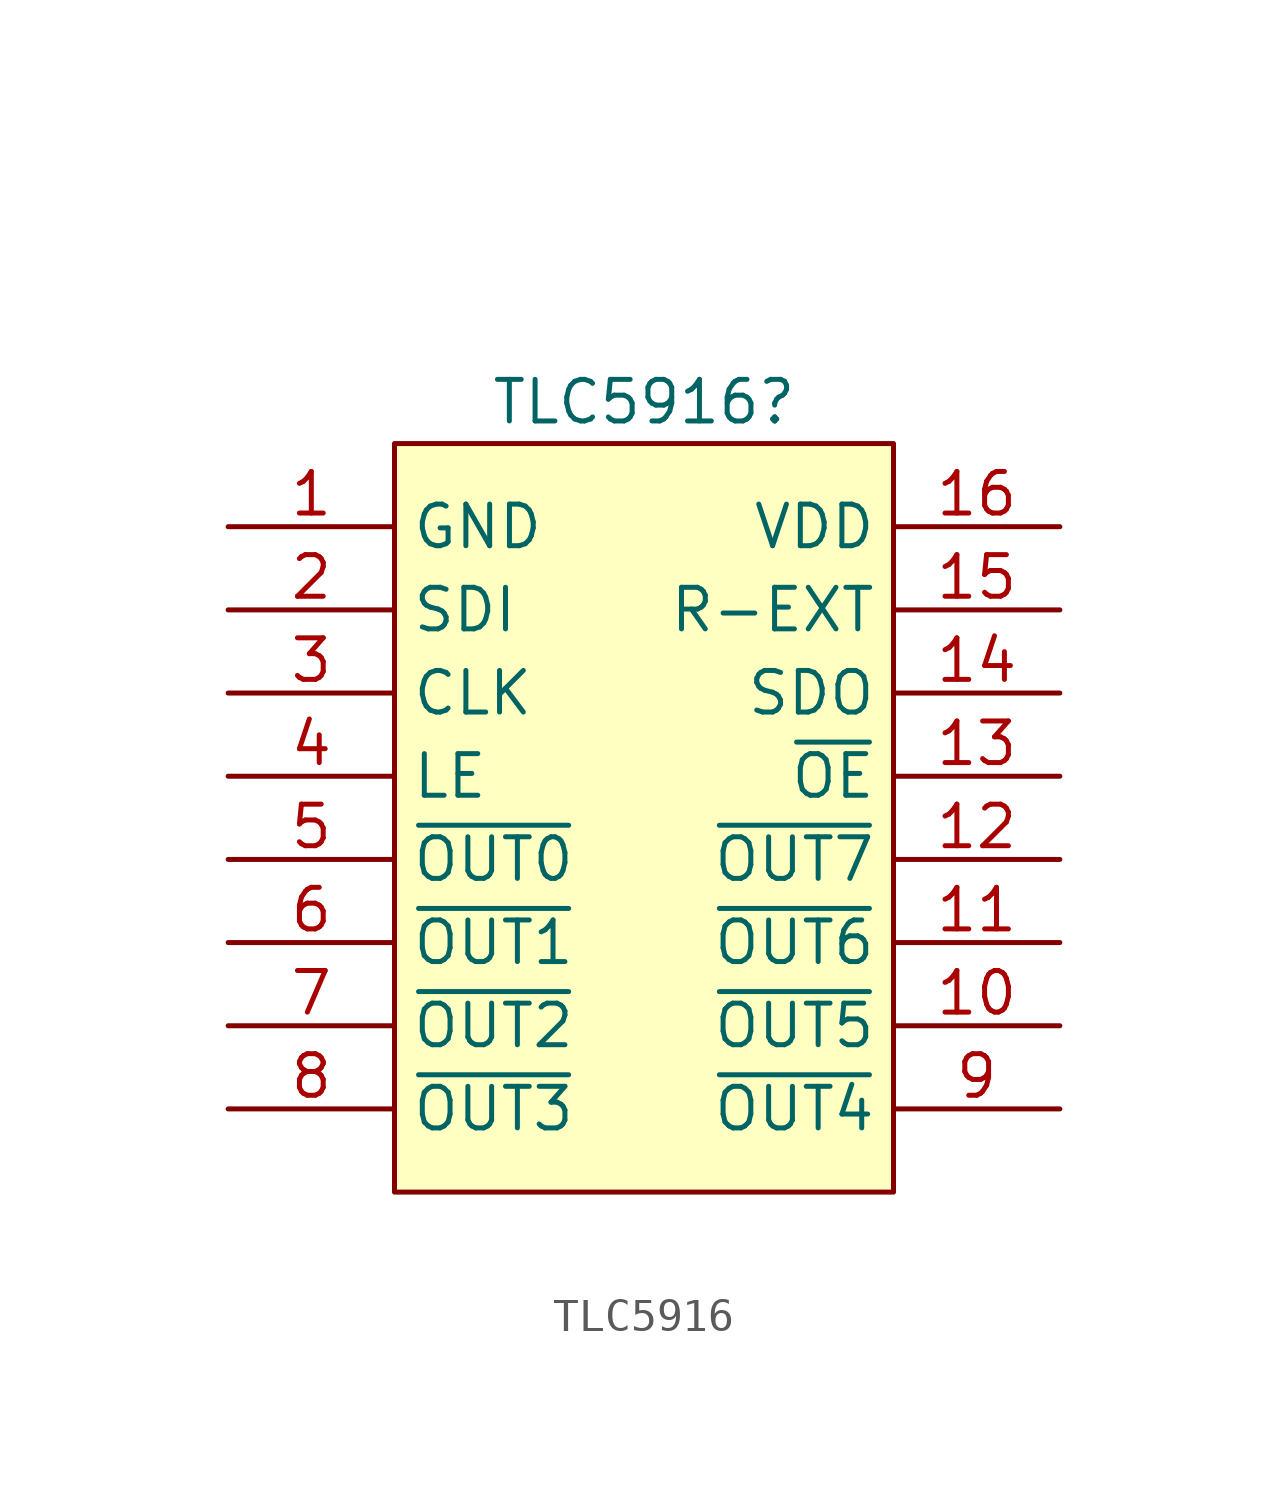
<source format=kicad_sym>
(kicad_symbol_lib
  (version 20220914)
  (generator kicad_symbol_editor)
  (symbol "TLC5916"
    (property "Reference" "TLC5916"
      (at 0 12.7 0)
      (effects (font (size 1.27 1.27))))
    (property "Value" ""
      (at -2.54 0 0)
      (effects (font (size 1.27 1.27))))
    (symbol "TLC5916_0_0"
      (text "" (at -1.27 17.78 0) (effects (font (size 1.27 1.27))))
      (text "" (at 0 17.78 0) (effects (font (size 1.27 1.27))))
      (text "" (at 2.54 13.97 0) (effects (font (size 1.27 1.27))))
      (text "" (at 3.81 13.97 0) (effects (font (size 1.27 1.27))))
      (text "" (at 10.16 16.51 0) (effects (font (size 1.27 1.27)))))
    (symbol "TLC5916_0_1"
      (rectangle (start -7.62 11.43) (end 7.62 -11.43) (stroke (width 0) (type default)) (fill (type background))))
    (symbol "TLC5916_1_1"
      (pin power_in line (at -12.7 8.89 0) (length 5.08) (name "GND" (effects (font (size 1.27 1.27)))) (number "1" (effects (font (size 1.27 1.27)))))
      (pin output line (at 12.7 -6.35 180) (length 5.08) (name "~{OUT5}" (effects (font (size 1.27 1.27)))) (number "10" (effects (font (size 1.27 1.27)))))
      (pin output line (at 12.7 -3.81 180) (length 5.08) (name "~{OUT6}" (effects (font (size 1.27 1.27)))) (number "11" (effects (font (size 1.27 1.27)))))
      (pin output line (at 12.7 -1.27 180) (length 5.08) (name "~{OUT7}" (effects (font (size 1.27 1.27)))) (number "12" (effects (font (size 1.27 1.27)))))
      (pin output line (at 12.7 1.27 180) (length 5.08) (name "~{OE}" (effects (font (size 1.27 1.27)))) (number "13" (effects (font (size 1.27 1.27)))))
      (pin output line (at 12.7 3.81 180) (length 5.08) (name "SDO" (effects (font (size 1.27 1.27)))) (number "14" (effects (font (size 1.27 1.27)))))
      (pin input line (at 12.7 6.35 180) (length 5.08) (name "R-EXT" (effects (font (size 1.27 1.27)))) (number "15" (effects (font (size 1.27 1.27)))))
      (pin power_in line (at 12.7 8.89 180) (length 5.08) (name "VDD" (effects (font (size 1.27 1.27)))) (number "16" (effects (font (size 1.27 1.27)))))
      (pin input line (at -12.7 6.35 0) (length 5.08) (name "SDI" (effects (font (size 1.27 1.27)))) (number "2" (effects (font (size 1.27 1.27)))))
      (pin input line (at -12.7 3.81 0) (length 5.08) (name "CLK" (effects (font (size 1.27 1.27)))) (number "3" (effects (font (size 1.27 1.27)))))
      (pin input line (at -12.7 1.27 0) (length 5.08) (name "LE" (effects (font (size 1.27 1.27)))) (number "4" (effects (font (size 1.27 1.27)))))
      (pin output line (at -12.7 -1.27 0) (length 5.08) (name "~{OUT0}" (effects (font (size 1.27 1.27)))) (number "5" (effects (font (size 1.27 1.27)))))
      (pin output line (at -12.7 -3.81 0) (length 5.08) (name "~{OUT1}" (effects (font (size 1.27 1.27)))) (number "6" (effects (font (size 1.27 1.27)))))
      (pin output line (at -12.7 -6.35 0) (length 5.08) (name "~{OUT2}" (effects (font (size 1.27 1.27)))) (number "7" (effects (font (size 1.27 1.27)))))
      (pin output line (at -12.7 -8.89 0) (length 5.08) (name "~{OUT3}" (effects (font (size 1.27 1.27)))) (number "8" (effects (font (size 1.27 1.27)))))
      (pin output line (at 12.7 -8.89 180) (length 5.08) (name "~{OUT4}" (effects (font (size 1.27 1.27)))) (number "9" (effects (font (size 1.27 1.27))))))))
</source>
